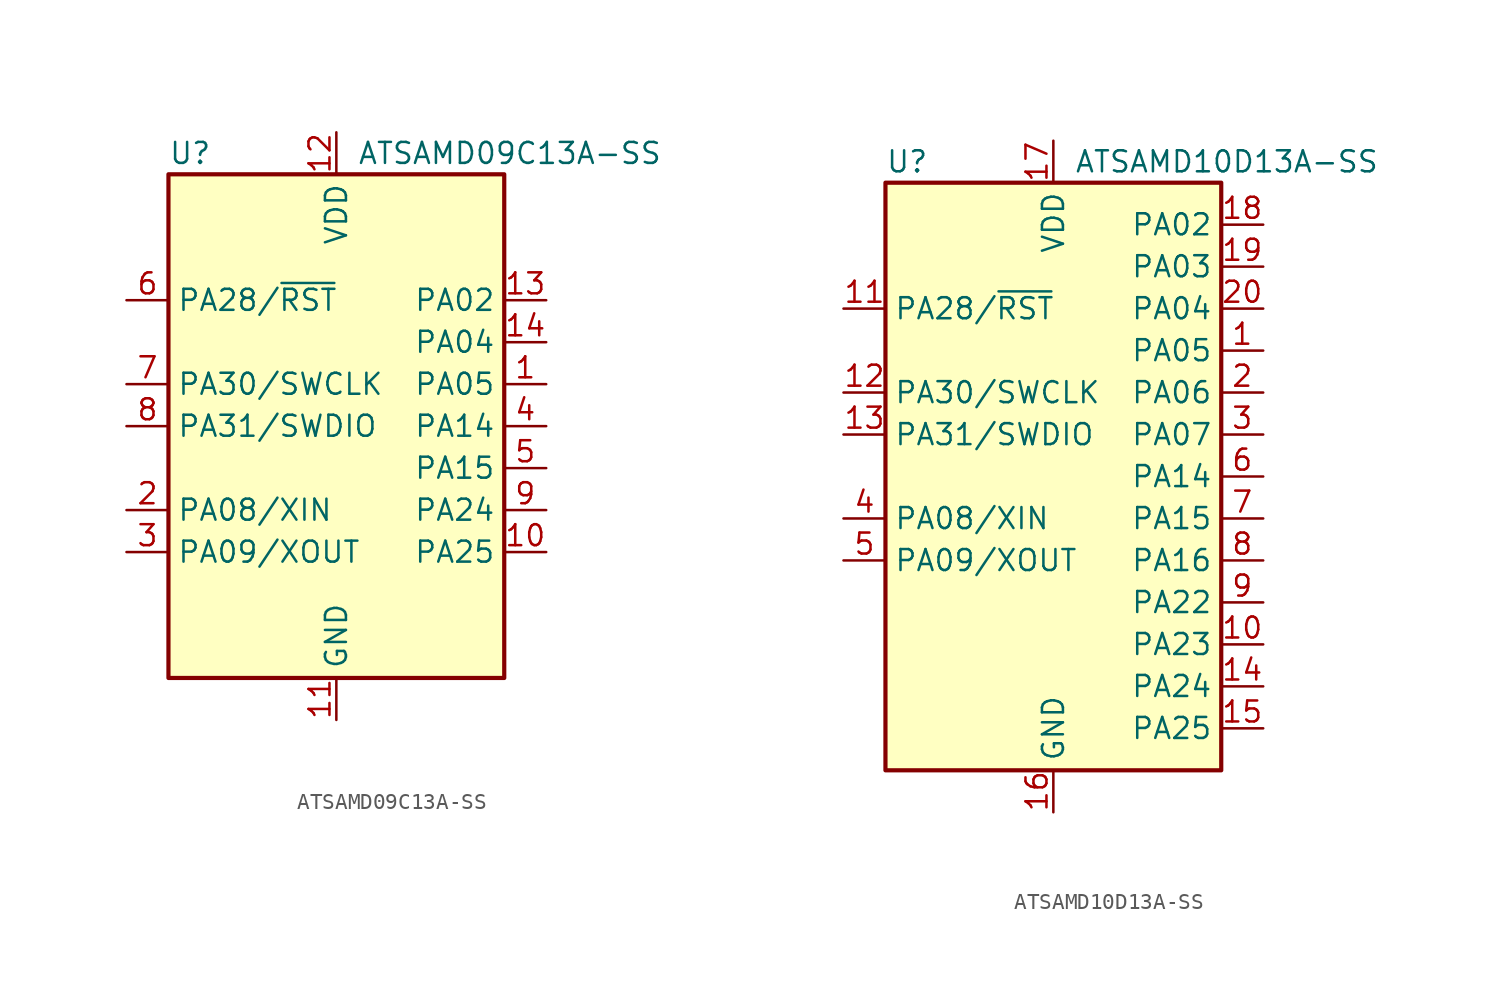
<source format=kicad_sym>
(kicad_symbol_lib
  (version 20201005)
  (generator kicad_symbol_editor)
  (symbol "ATSAMD09C13A-SS"
    (property "Reference" "U"
      (at -10.16 16.51 0)
      (effects (font (size 1.27 1.27)) (justify left)))
    (property "Value" "ATSAMD09C13A-SS"
      (at 1.27 16.51 0)
      (effects (font (size 1.27 1.27)) (justify left)))
    (symbol "ATSAMD09C13A-SS_0_1"
      (rectangle (start -10.16 15.24) (end 10.16 -15.24) (stroke (width 0.254)) (fill (type background))))
    (symbol "ATSAMD09C13A-SS_1_1"
      (pin bidirectional line (at 12.7 2.54 180) (length 2.54) (name "PA05" (effects (font (size 1.27 1.27)))) (number "1" (effects (font (size 1.27 1.27)))))
      (pin bidirectional line (at 12.7 -7.62 180) (length 2.54) (name "PA25" (effects (font (size 1.27 1.27)))) (number "10" (effects (font (size 1.27 1.27)))))
      (pin power_in line (at 0 -17.78 90) (length 2.54) (name "GND" (effects (font (size 1.27 1.27)))) (number "11" (effects (font (size 1.27 1.27)))))
      (pin power_in line (at 0 17.78 270) (length 2.54) (name "VDD" (effects (font (size 1.27 1.27)))) (number "12" (effects (font (size 1.27 1.27)))))
      (pin bidirectional line (at 12.7 7.62 180) (length 2.54) (name "PA02" (effects (font (size 1.27 1.27)))) (number "13" (effects (font (size 1.27 1.27)))))
      (pin bidirectional line (at 12.7 5.08 180) (length 2.54) (name "PA04" (effects (font (size 1.27 1.27)))) (number "14" (effects (font (size 1.27 1.27)))))
      (pin bidirectional line (at -12.7 -5.08 0) (length 2.54) (name "PA08/XIN" (effects (font (size 1.27 1.27)))) (number "2" (effects (font (size 1.27 1.27)))))
      (pin bidirectional line (at -12.7 -7.62 0) (length 2.54) (name "PA09/XOUT" (effects (font (size 1.27 1.27)))) (number "3" (effects (font (size 1.27 1.27)))))
      (pin bidirectional line (at 12.7 0 180) (length 2.54) (name "PA14" (effects (font (size 1.27 1.27)))) (number "4" (effects (font (size 1.27 1.27)))))
      (pin bidirectional line (at 12.7 -2.54 180) (length 2.54) (name "PA15" (effects (font (size 1.27 1.27)))) (number "5" (effects (font (size 1.27 1.27)))))
      (pin bidirectional line (at -12.7 7.62 0) (length 2.54) (name "PA28/~RST" (effects (font (size 1.27 1.27)))) (number "6" (effects (font (size 1.27 1.27)))))
      (pin bidirectional line (at -12.7 2.54 0) (length 2.54) (name "PA30/SWCLK" (effects (font (size 1.27 1.27)))) (number "7" (effects (font (size 1.27 1.27)))))
      (pin bidirectional line (at -12.7 0 0) (length 2.54) (name "PA31/SWDIO" (effects (font (size 1.27 1.27)))) (number "8" (effects (font (size 1.27 1.27)))))
      (pin bidirectional line (at 12.7 -5.08 180) (length 2.54) (name "PA24" (effects (font (size 1.27 1.27)))) (number "9" (effects (font (size 1.27 1.27)))))))
  (symbol "ATSAMD10D13A-SS"
    (property "Reference" "U"
      (at -10.16 19.05 0)
      (effects (font (size 1.27 1.27)) (justify left)))
    (property "Value" "ATSAMD10D13A-SS"
      (at 1.27 19.05 0)
      (effects (font (size 1.27 1.27)) (justify left)))
    (symbol "ATSAMD10D13A-SS_0_1"
      (rectangle (start -10.16 17.78) (end 10.16 -17.78) (stroke (width 0.254)) (fill (type background))))
    (symbol "ATSAMD10D13A-SS_1_1"
      (pin bidirectional line (at 12.7 7.62 180) (length 2.54) (name "PA05" (effects (font (size 1.27 1.27)))) (number "1" (effects (font (size 1.27 1.27)))))
      (pin bidirectional line (at 12.7 -10.16 180) (length 2.54) (name "PA23" (effects (font (size 1.27 1.27)))) (number "10" (effects (font (size 1.27 1.27)))))
      (pin bidirectional line (at -12.7 10.16 0) (length 2.54) (name "PA28/~RST" (effects (font (size 1.27 1.27)))) (number "11" (effects (font (size 1.27 1.27)))))
      (pin bidirectional line (at -12.7 5.08 0) (length 2.54) (name "PA30/SWCLK" (effects (font (size 1.27 1.27)))) (number "12" (effects (font (size 1.27 1.27)))))
      (pin bidirectional line (at -12.7 2.54 0) (length 2.54) (name "PA31/SWDIO" (effects (font (size 1.27 1.27)))) (number "13" (effects (font (size 1.27 1.27)))))
      (pin bidirectional line (at 12.7 -12.7 180) (length 2.54) (name "PA24" (effects (font (size 1.27 1.27)))) (number "14" (effects (font (size 1.27 1.27)))))
      (pin bidirectional line (at 12.7 -15.24 180) (length 2.54) (name "PA25" (effects (font (size 1.27 1.27)))) (number "15" (effects (font (size 1.27 1.27)))))
      (pin power_in line (at 0 -20.32 90) (length 2.54) (name "GND" (effects (font (size 1.27 1.27)))) (number "16" (effects (font (size 1.27 1.27)))))
      (pin power_in line (at 0 20.32 270) (length 2.54) (name "VDD" (effects (font (size 1.27 1.27)))) (number "17" (effects (font (size 1.27 1.27)))))
      (pin bidirectional line (at 12.7 15.24 180) (length 2.54) (name "PA02" (effects (font (size 1.27 1.27)))) (number "18" (effects (font (size 1.27 1.27)))))
      (pin bidirectional line (at 12.7 12.7 180) (length 2.54) (name "PA03" (effects (font (size 1.27 1.27)))) (number "19" (effects (font (size 1.27 1.27)))))
      (pin bidirectional line (at 12.7 5.08 180) (length 2.54) (name "PA06" (effects (font (size 1.27 1.27)))) (number "2" (effects (font (size 1.27 1.27)))))
      (pin bidirectional line (at 12.7 10.16 180) (length 2.54) (name "PA04" (effects (font (size 1.27 1.27)))) (number "20" (effects (font (size 1.27 1.27)))))
      (pin bidirectional line (at 12.7 2.54 180) (length 2.54) (name "PA07" (effects (font (size 1.27 1.27)))) (number "3" (effects (font (size 1.27 1.27)))))
      (pin bidirectional line (at -12.7 -2.54 0) (length 2.54) (name "PA08/XIN" (effects (font (size 1.27 1.27)))) (number "4" (effects (font (size 1.27 1.27)))))
      (pin bidirectional line (at -12.7 -5.08 0) (length 2.54) (name "PA09/XOUT" (effects (font (size 1.27 1.27)))) (number "5" (effects (font (size 1.27 1.27)))))
      (pin bidirectional line (at 12.7 0 180) (length 2.54) (name "PA14" (effects (font (size 1.27 1.27)))) (number "6" (effects (font (size 1.27 1.27)))))
      (pin bidirectional line (at 12.7 -2.54 180) (length 2.54) (name "PA15" (effects (font (size 1.27 1.27)))) (number "7" (effects (font (size 1.27 1.27)))))
      (pin bidirectional line (at 12.7 -5.08 180) (length 2.54) (name "PA16" (effects (font (size 1.27 1.27)))) (number "8" (effects (font (size 1.27 1.27)))))
      (pin bidirectional line (at 12.7 -7.62 180) (length 2.54) (name "PA22" (effects (font (size 1.27 1.27)))) (number "9" (effects (font (size 1.27 1.27))))))))
</source>
